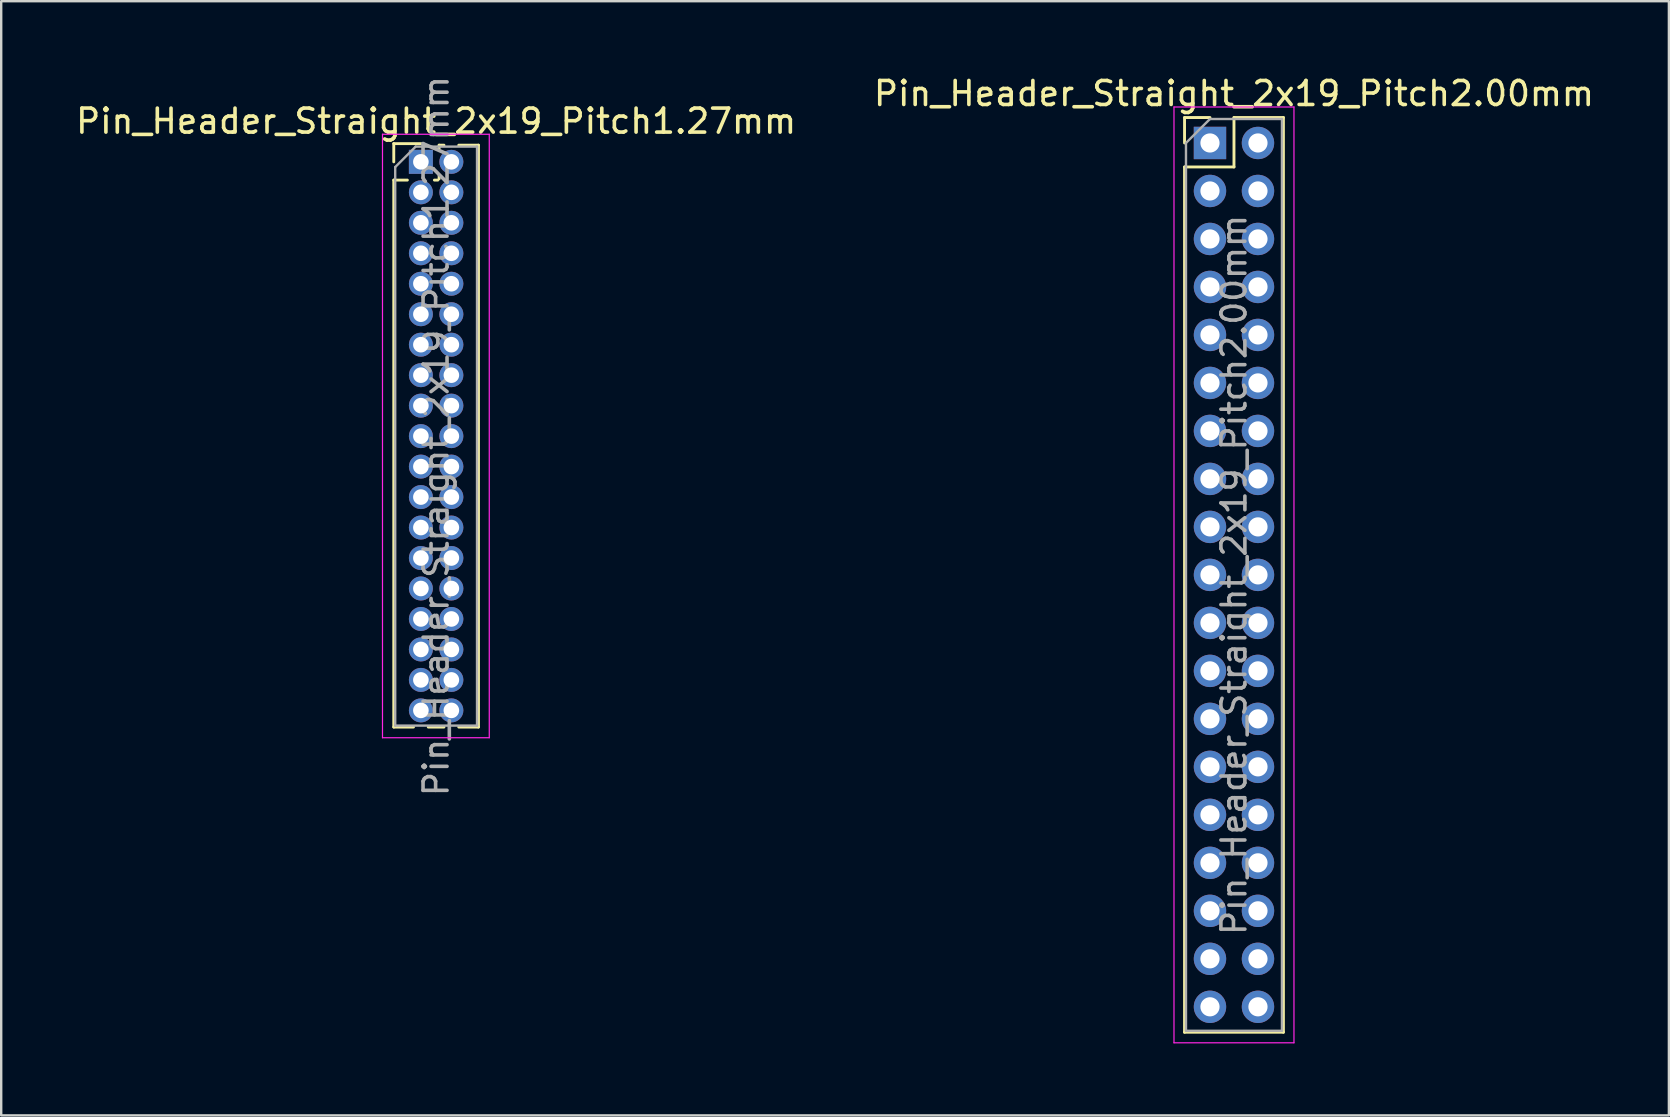
<source format=kicad_pcb>
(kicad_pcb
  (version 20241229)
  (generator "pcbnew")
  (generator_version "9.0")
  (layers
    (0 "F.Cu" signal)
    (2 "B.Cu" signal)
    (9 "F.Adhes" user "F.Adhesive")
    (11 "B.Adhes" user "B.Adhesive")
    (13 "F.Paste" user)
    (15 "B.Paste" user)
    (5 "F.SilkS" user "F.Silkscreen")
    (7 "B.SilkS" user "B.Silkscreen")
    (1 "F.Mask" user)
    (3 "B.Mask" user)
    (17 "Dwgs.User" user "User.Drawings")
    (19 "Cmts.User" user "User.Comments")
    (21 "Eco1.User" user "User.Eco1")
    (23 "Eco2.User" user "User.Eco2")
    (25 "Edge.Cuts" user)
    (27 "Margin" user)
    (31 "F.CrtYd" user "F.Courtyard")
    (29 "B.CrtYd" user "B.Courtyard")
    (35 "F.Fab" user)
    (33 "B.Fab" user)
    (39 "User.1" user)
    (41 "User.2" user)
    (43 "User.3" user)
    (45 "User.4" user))
  (footprint "Pin_Header_Straight_2x19_Pitch2.00mm"
    (layer "F.Cu")
    (at 47.375 2.908)
    (property "Reference" "Pin_Header_Straight_2x19_Pitch2.00mm" (at 1 -2.06 0) (layer "F.SilkS") (effects (font (size 1 1) (thickness 0.15))))
    (attr through_hole)
    (fp_line (start -1.06 -1.06) (end 0 -1.06) (stroke (width 0.12) (type solid)) (layer "F.SilkS"))
    (fp_line (start -1.06 0) (end -1.06 -1.06) (stroke (width 0.12) (type solid)) (layer "F.SilkS"))
    (fp_line (start -1.06 1) (end -1.06 37.06) (stroke (width 0.12) (type solid)) (layer "F.SilkS"))
    (fp_line (start -1.06 1) (end 1 1) (stroke (width 0.12) (type solid)) (layer "F.SilkS"))
    (fp_line (start -1.06 37.06) (end 3.06 37.06) (stroke (width 0.12) (type solid)) (layer "F.SilkS"))
    (fp_line (start 1 -1.06) (end 3.06 -1.06) (stroke (width 0.12) (type solid)) (layer "F.SilkS"))
    (fp_line (start 1 1) (end 1 -1.06) (stroke (width 0.12) (type solid)) (layer "F.SilkS"))
    (fp_line (start 3.06 -1.06) (end 3.06 37.06) (stroke (width 0.12) (type solid)) (layer "F.SilkS"))
    (fp_line (start -1.5 -1.5) (end -1.5 37.5) (stroke (width 0.05) (type solid)) (layer "F.CrtYd"))
    (fp_line (start -1.5 37.5) (end 3.5 37.5) (stroke (width 0.05) (type solid)) (layer "F.CrtYd"))
    (fp_line (start 3.5 -1.5) (end -1.5 -1.5) (stroke (width 0.05) (type solid)) (layer "F.CrtYd"))
    (fp_line (start 3.5 37.5) (end 3.5 -1.5) (stroke (width 0.05) (type solid)) (layer "F.CrtYd"))
    (fp_line (start -1 0) (end 0 -1) (stroke (width 0.1) (type solid)) (layer "F.Fab"))
    (fp_line (start -1 37) (end -1 0) (stroke (width 0.1) (type solid)) (layer "F.Fab"))
    (fp_line (start 0 -1) (end 3 -1) (stroke (width 0.1) (type solid)) (layer "F.Fab"))
    (fp_line (start 3 -1) (end 3 37) (stroke (width 0.1) (type solid)) (layer "F.Fab"))
    (fp_line (start 3 37) (end -1 37) (stroke (width 0.1) (type solid)) (layer "F.Fab"))
    (fp_text user "${REFERENCE}" (at 1 18 90) (layer "F.Fab") (effects (font (size 1 1) (thickness 0.15))))
    (pad "1" thru_hole rect (at 0 0) (size 1.35 1.35) (drill 0.8) (layers "*.Cu" "*.Mask"))
    (pad "2" thru_hole oval (at 2 0) (size 1.35 1.35) (drill 0.8) (layers "*.Cu" "*.Mask"))
    (pad "3" thru_hole oval (at 0 2) (size 1.35 1.35) (drill 0.8) (layers "*.Cu" "*.Mask"))
    (pad "4" thru_hole oval (at 2 2) (size 1.35 1.35) (drill 0.8) (layers "*.Cu" "*.Mask"))
    (pad "5" thru_hole oval (at 0 4) (size 1.35 1.35) (drill 0.8) (layers "*.Cu" "*.Mask"))
    (pad "6" thru_hole oval (at 2 4) (size 1.35 1.35) (drill 0.8) (layers "*.Cu" "*.Mask"))
    (pad "7" thru_hole oval (at 0 6) (size 1.35 1.35) (drill 0.8) (layers "*.Cu" "*.Mask"))
    (pad "8" thru_hole oval (at 2 6) (size 1.35 1.35) (drill 0.8) (layers "*.Cu" "*.Mask"))
    (pad "9" thru_hole oval (at 0 8) (size 1.35 1.35) (drill 0.8) (layers "*.Cu" "*.Mask"))
    (pad "10" thru_hole oval (at 2 8) (size 1.35 1.35) (drill 0.8) (layers "*.Cu" "*.Mask"))
    (pad "11" thru_hole oval (at 0 10) (size 1.35 1.35) (drill 0.8) (layers "*.Cu" "*.Mask"))
    (pad "12" thru_hole oval (at 2 10) (size 1.35 1.35) (drill 0.8) (layers "*.Cu" "*.Mask"))
    (pad "13" thru_hole oval (at 0 12) (size 1.35 1.35) (drill 0.8) (layers "*.Cu" "*.Mask"))
    (pad "14" thru_hole oval (at 2 12) (size 1.35 1.35) (drill 0.8) (layers "*.Cu" "*.Mask"))
    (pad "15" thru_hole oval (at 0 14) (size 1.35 1.35) (drill 0.8) (layers "*.Cu" "*.Mask"))
    (pad "16" thru_hole oval (at 2 14) (size 1.35 1.35) (drill 0.8) (layers "*.Cu" "*.Mask"))
    (pad "17" thru_hole oval (at 0 16) (size 1.35 1.35) (drill 0.8) (layers "*.Cu" "*.Mask"))
    (pad "18" thru_hole oval (at 2 16) (size 1.35 1.35) (drill 0.8) (layers "*.Cu" "*.Mask"))
    (pad "19" thru_hole oval (at 0 18) (size 1.35 1.35) (drill 0.8) (layers "*.Cu" "*.Mask"))
    (pad "20" thru_hole oval (at 2 18) (size 1.35 1.35) (drill 0.8) (layers "*.Cu" "*.Mask"))
    (pad "21" thru_hole oval (at 0 20) (size 1.35 1.35) (drill 0.8) (layers "*.Cu" "*.Mask"))
    (pad "22" thru_hole oval (at 2 20) (size 1.35 1.35) (drill 0.8) (layers "*.Cu" "*.Mask"))
    (pad "23" thru_hole oval (at 0 22) (size 1.35 1.35) (drill 0.8) (layers "*.Cu" "*.Mask"))
    (pad "24" thru_hole oval (at 2 22) (size 1.35 1.35) (drill 0.8) (layers "*.Cu" "*.Mask"))
    (pad "25" thru_hole oval (at 0 24) (size 1.35 1.35) (drill 0.8) (layers "*.Cu" "*.Mask"))
    (pad "26" thru_hole oval (at 2 24) (size 1.35 1.35) (drill 0.8) (layers "*.Cu" "*.Mask"))
    (pad "27" thru_hole oval (at 0 26) (size 1.35 1.35) (drill 0.8) (layers "*.Cu" "*.Mask"))
    (pad "28" thru_hole oval (at 2 26) (size 1.35 1.35) (drill 0.8) (layers "*.Cu" "*.Mask"))
    (pad "29" thru_hole oval (at 0 28) (size 1.35 1.35) (drill 0.8) (layers "*.Cu" "*.Mask"))
    (pad "30" thru_hole oval (at 2 28) (size 1.35 1.35) (drill 0.8) (layers "*.Cu" "*.Mask"))
    (pad "31" thru_hole oval (at 0 30) (size 1.35 1.35) (drill 0.8) (layers "*.Cu" "*.Mask"))
    (pad "32" thru_hole oval (at 2 30) (size 1.35 1.35) (drill 0.8) (layers "*.Cu" "*.Mask"))
    (pad "33" thru_hole oval (at 0 32) (size 1.35 1.35) (drill 0.8) (layers "*.Cu" "*.Mask"))
    (pad "34" thru_hole oval (at 2 32) (size 1.35 1.35) (drill 0.8) (layers "*.Cu" "*.Mask"))
    (pad "35" thru_hole oval (at 0 34) (size 1.35 1.35) (drill 0.8) (layers "*.Cu" "*.Mask"))
    (pad "36" thru_hole oval (at 2 34) (size 1.35 1.35) (drill 0.8) (layers "*.Cu" "*.Mask"))
    (pad "37" thru_hole oval (at 0 36) (size 1.35 1.35) (drill 0.8) (layers "*.Cu" "*.Mask"))
    (pad "38" thru_hole oval (at 2 36) (size 1.35 1.35) (drill 0.8) (layers "*.Cu" "*.Mask")))
  (footprint "Pin_Header_Straight_2x19_Pitch1.27mm"
    (layer "F.Cu")
    (at 14.49 3.695)
    (property "Reference" "Pin_Header_Straight_2x19_Pitch1.27mm" (at 0.635 -1.695 0) (layer "F.SilkS") (effects (font (size 1 1) (thickness 0.15))))
    (attr through_hole)
    (fp_line (start -1.13 -0.76) (end 0 -0.76) (stroke (width 0.12) (type solid)) (layer "F.SilkS"))
    (fp_line (start -1.13 0) (end -1.13 -0.76) (stroke (width 0.12) (type solid)) (layer "F.SilkS"))
    (fp_line (start -1.13 0.76) (end -1.13 23.555) (stroke (width 0.12) (type solid)) (layer "F.SilkS"))
    (fp_line (start -1.13 0.76) (end -0.563 0.76) (stroke (width 0.12) (type solid)) (layer "F.SilkS"))
    (fp_line (start -1.13 23.555) (end -0.308 23.555) (stroke (width 0.12) (type solid)) (layer "F.SilkS"))
    (fp_line (start 0.308 23.555) (end 0.962 23.555) (stroke (width 0.12) (type solid)) (layer "F.SilkS"))
    (fp_line (start 0.563 0.76) (end 0.707 0.76) (stroke (width 0.12) (type solid)) (layer "F.SilkS"))
    (fp_line (start 0.76 -0.695) (end 0.962 -0.695) (stroke (width 0.12) (type solid)) (layer "F.SilkS"))
    (fp_line (start 0.76 -0.563) (end 0.76 -0.695) (stroke (width 0.12) (type solid)) (layer "F.SilkS"))
    (fp_line (start 0.76 0.707) (end 0.76 0.563) (stroke (width 0.12) (type solid)) (layer "F.SilkS"))
    (fp_line (start 1.578 -0.695) (end 2.4 -0.695) (stroke (width 0.12) (type solid)) (layer "F.SilkS"))
    (fp_line (start 1.578 23.555) (end 2.4 23.555) (stroke (width 0.12) (type solid)) (layer "F.SilkS"))
    (fp_line (start 2.4 -0.695) (end 2.4 23.555) (stroke (width 0.12) (type solid)) (layer "F.SilkS"))
    (fp_line (start -1.6 -1.15) (end -1.6 24) (stroke (width 0.05) (type solid)) (layer "F.CrtYd"))
    (fp_line (start -1.6 24) (end 2.85 24) (stroke (width 0.05) (type solid)) (layer "F.CrtYd"))
    (fp_line (start 2.85 -1.15) (end -1.6 -1.15) (stroke (width 0.05) (type solid)) (layer "F.CrtYd"))
    (fp_line (start 2.85 24) (end 2.85 -1.15) (stroke (width 0.05) (type solid)) (layer "F.CrtYd"))
    (fp_line (start -1.07 0.217) (end -0.217 -0.635) (stroke (width 0.1) (type solid)) (layer "F.Fab"))
    (fp_line (start -1.07 23.495) (end -1.07 0.217) (stroke (width 0.1) (type solid)) (layer "F.Fab"))
    (fp_line (start -0.217 -0.635) (end 2.34 -0.635) (stroke (width 0.1) (type solid)) (layer "F.Fab"))
    (fp_line (start 2.34 -0.635) (end 2.34 23.495) (stroke (width 0.1) (type solid)) (layer "F.Fab"))
    (fp_line (start 2.34 23.495) (end -1.07 23.495) (stroke (width 0.1) (type solid)) (layer "F.Fab"))
    (fp_text user "${REFERENCE}" (at 0.635 11.43 90) (layer "F.Fab") (effects (font (size 1 1) (thickness 0.15))))
    (pad "1" thru_hole rect (at 0 0) (size 1 1) (drill 0.65) (layers "*.Cu" "*.Mask"))
    (pad "2" thru_hole oval (at 1.27 0) (size 1 1) (drill 0.65) (layers "*.Cu" "*.Mask"))
    (pad "3" thru_hole oval (at 0 1.27) (size 1 1) (drill 0.65) (layers "*.Cu" "*.Mask"))
    (pad "4" thru_hole oval (at 1.27 1.27) (size 1 1) (drill 0.65) (layers "*.Cu" "*.Mask"))
    (pad "5" thru_hole oval (at 0 2.54) (size 1 1) (drill 0.65) (layers "*.Cu" "*.Mask"))
    (pad "6" thru_hole oval (at 1.27 2.54) (size 1 1) (drill 0.65) (layers "*.Cu" "*.Mask"))
    (pad "7" thru_hole oval (at 0 3.81) (size 1 1) (drill 0.65) (layers "*.Cu" "*.Mask"))
    (pad "8" thru_hole oval (at 1.27 3.81) (size 1 1) (drill 0.65) (layers "*.Cu" "*.Mask"))
    (pad "9" thru_hole oval (at 0 5.08) (size 1 1) (drill 0.65) (layers "*.Cu" "*.Mask"))
    (pad "10" thru_hole oval (at 1.27 5.08) (size 1 1) (drill 0.65) (layers "*.Cu" "*.Mask"))
    (pad "11" thru_hole oval (at 0 6.35) (size 1 1) (drill 0.65) (layers "*.Cu" "*.Mask"))
    (pad "12" thru_hole oval (at 1.27 6.35) (size 1 1) (drill 0.65) (layers "*.Cu" "*.Mask"))
    (pad "13" thru_hole oval (at 0 7.62) (size 1 1) (drill 0.65) (layers "*.Cu" "*.Mask"))
    (pad "14" thru_hole oval (at 1.27 7.62) (size 1 1) (drill 0.65) (layers "*.Cu" "*.Mask"))
    (pad "15" thru_hole oval (at 0 8.89) (size 1 1) (drill 0.65) (layers "*.Cu" "*.Mask"))
    (pad "16" thru_hole oval (at 1.27 8.89) (size 1 1) (drill 0.65) (layers "*.Cu" "*.Mask"))
    (pad "17" thru_hole oval (at 0 10.16) (size 1 1) (drill 0.65) (layers "*.Cu" "*.Mask"))
    (pad "18" thru_hole oval (at 1.27 10.16) (size 1 1) (drill 0.65) (layers "*.Cu" "*.Mask"))
    (pad "19" thru_hole oval (at 0 11.43) (size 1 1) (drill 0.65) (layers "*.Cu" "*.Mask"))
    (pad "20" thru_hole oval (at 1.27 11.43) (size 1 1) (drill 0.65) (layers "*.Cu" "*.Mask"))
    (pad "21" thru_hole oval (at 0 12.7) (size 1 1) (drill 0.65) (layers "*.Cu" "*.Mask"))
    (pad "22" thru_hole oval (at 1.27 12.7) (size 1 1) (drill 0.65) (layers "*.Cu" "*.Mask"))
    (pad "23" thru_hole oval (at 0 13.97) (size 1 1) (drill 0.65) (layers "*.Cu" "*.Mask"))
    (pad "24" thru_hole oval (at 1.27 13.97) (size 1 1) (drill 0.65) (layers "*.Cu" "*.Mask"))
    (pad "25" thru_hole oval (at 0 15.24) (size 1 1) (drill 0.65) (layers "*.Cu" "*.Mask"))
    (pad "26" thru_hole oval (at 1.27 15.24) (size 1 1) (drill 0.65) (layers "*.Cu" "*.Mask"))
    (pad "27" thru_hole oval (at 0 16.51) (size 1 1) (drill 0.65) (layers "*.Cu" "*.Mask"))
    (pad "28" thru_hole oval (at 1.27 16.51) (size 1 1) (drill 0.65) (layers "*.Cu" "*.Mask"))
    (pad "29" thru_hole oval (at 0 17.78) (size 1 1) (drill 0.65) (layers "*.Cu" "*.Mask"))
    (pad "30" thru_hole oval (at 1.27 17.78) (size 1 1) (drill 0.65) (layers "*.Cu" "*.Mask"))
    (pad "31" thru_hole oval (at 0 19.05) (size 1 1) (drill 0.65) (layers "*.Cu" "*.Mask"))
    (pad "32" thru_hole oval (at 1.27 19.05) (size 1 1) (drill 0.65) (layers "*.Cu" "*.Mask"))
    (pad "33" thru_hole oval (at 0 20.32) (size 1 1) (drill 0.65) (layers "*.Cu" "*.Mask"))
    (pad "34" thru_hole oval (at 1.27 20.32) (size 1 1) (drill 0.65) (layers "*.Cu" "*.Mask"))
    (pad "35" thru_hole oval (at 0 21.59) (size 1 1) (drill 0.65) (layers "*.Cu" "*.Mask"))
    (pad "36" thru_hole oval (at 1.27 21.59) (size 1 1) (drill 0.65) (layers "*.Cu" "*.Mask"))
    (pad "37" thru_hole oval (at 0 22.86) (size 1 1) (drill 0.65) (layers "*.Cu" "*.Mask"))
    (pad "38" thru_hole oval (at 1.27 22.86) (size 1 1) (drill 0.65) (layers "*.Cu" "*.Mask")))
  (gr_rect
    (start -3 -3)
    (end 66.5 43.433)
    (stroke (width 0.1) (type default))
    (fill no)
    (layer "Edge.Cuts")))
</source>
